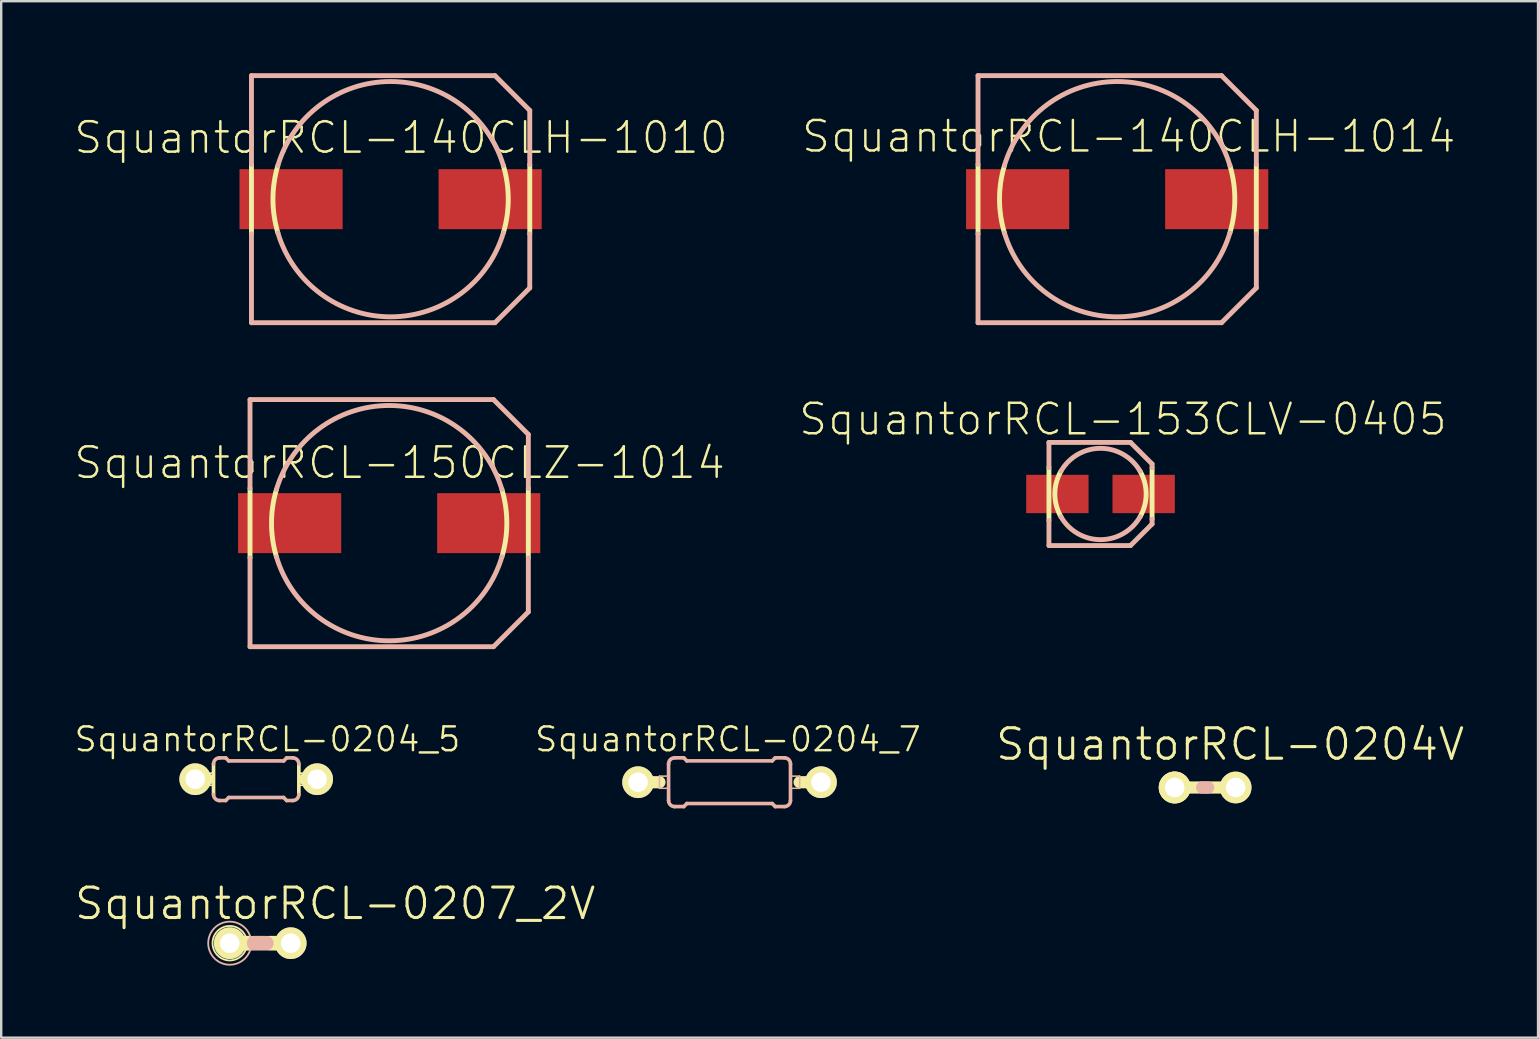
<source format=kicad_pcb>
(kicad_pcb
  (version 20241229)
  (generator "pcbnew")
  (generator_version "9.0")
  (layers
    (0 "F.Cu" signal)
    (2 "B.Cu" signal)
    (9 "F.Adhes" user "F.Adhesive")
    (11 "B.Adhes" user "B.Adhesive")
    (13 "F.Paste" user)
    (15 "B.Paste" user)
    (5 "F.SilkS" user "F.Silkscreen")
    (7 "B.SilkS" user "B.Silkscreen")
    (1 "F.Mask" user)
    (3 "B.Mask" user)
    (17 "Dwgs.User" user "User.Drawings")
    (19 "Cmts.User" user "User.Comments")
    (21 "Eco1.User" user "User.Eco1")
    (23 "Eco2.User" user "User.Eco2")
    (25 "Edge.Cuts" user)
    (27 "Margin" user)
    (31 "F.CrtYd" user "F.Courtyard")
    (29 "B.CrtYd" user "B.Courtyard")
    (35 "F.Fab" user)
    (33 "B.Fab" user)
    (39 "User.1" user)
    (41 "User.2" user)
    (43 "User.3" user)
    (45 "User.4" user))
  (footprint "SquantorRCL-140CLH-1010"
    (layer "F.Cu")
    (at 13.228 5.25)
    (property "Reference" "SquantorRCL-140CLH-1010" (at 0.434 -2.563 0) (layer "F.SilkS") (effects (font (size 1.27 1.27) (thickness 0.102))))
    (attr smd)
    (fp_line (start -5.799 1.448) (end -5.799 -1.448) (stroke (width 0.203) (type solid)) (layer "F.SilkS"))
    (fp_line (start 5.799 -1.448) (end 5.799 1.448) (stroke (width 0.203) (type solid)) (layer "F.SilkS"))
    (fp_arc (start -4.699 1.39954) (mid -4.902989 0.00304) (end -4.700732 -1.393712) (stroke (width 0.2032) (type solid)) (layer "F.SilkS"))
    (fp_arc (start 4.699 -1.39954) (mid 4.902989 -0.00304) (end 4.700732 1.393712) (stroke (width 0.2032) (type solid)) (layer "F.SilkS"))
    (fp_line (start -5.799 -5.149) (end 4.348 -5.149) (stroke (width 0.203) (type solid)) (layer "B.SilkS"))
    (fp_line (start -5.799 -1.448) (end -5.799 -5.149) (stroke (width 0.203) (type solid)) (layer "B.SilkS"))
    (fp_line (start -5.799 5.149) (end -5.799 1.448) (stroke (width 0.203) (type solid)) (layer "B.SilkS"))
    (fp_line (start 4.348 5.149) (end -5.799 5.149) (stroke (width 0.203) (type solid)) (layer "B.SilkS"))
    (fp_line (start 5.799 -3.698) (end 4.348 -5.149) (stroke (width 0.203) (type solid)) (layer "B.SilkS"))
    (fp_line (start 5.799 -3.698) (end 5.799 -1.448) (stroke (width 0.203) (type solid)) (layer "B.SilkS"))
    (fp_line (start 5.799 1.448) (end 5.799 3.698) (stroke (width 0.203) (type solid)) (layer "B.SilkS"))
    (fp_line (start 5.799 3.698) (end 4.348 5.149) (stroke (width 0.203) (type solid)) (layer "B.SilkS"))
    (fp_arc (start -4.699 -1.39954) (mid -0.001239 -4.90299) (end 4.698292 -1.401914) (stroke (width 0.2032) (type solid)) (layer "B.SilkS"))
    (fp_arc (start 4.699 1.39954) (mid 0.001239 4.90299) (end -4.698292 1.401914) (stroke (width 0.2032) (type solid)) (layer "B.SilkS"))
    (pad "+" smd rect (at 4.148 0) (size 4.298 2.499) (layers "F.Cu" "F.Mask" "F.Paste"))
    (pad "-" smd rect (at -4.148 0) (size 4.298 2.499) (layers "F.Cu" "F.Mask" "F.Paste")))
  (footprint "SquantorRCL-0207_2V"
    (layer "F.Cu")
    (at 7.795 36.256)
    (property "Reference" "SquantorRCL-0207_2V" (at 3.124 -1.651 0) (layer "F.SilkS") (effects (font (size 1.27 1.27) (thickness 0.127))))
    (attr exclude_from_pos_files exclude_from_bom)
    (fp_line (start -1.27 0) (end -0.381 0) (stroke (width 0.61) (type solid)) (layer "F.SilkS"))
    (fp_line (start 0.381 0) (end 1.27 0) (stroke (width 0.61) (type solid)) (layer "F.SilkS"))
    (fp_circle (center -1.27 0) (end -1.778 0.508) (stroke (width 0.076) (type solid)) (fill no) (layer "F.SilkS"))
    (fp_line (start -0.254 0) (end 0.254 0) (stroke (width 0.61) (type solid)) (layer "B.SilkS"))
    (fp_circle (center -1.27 0) (end -1.905 0.635) (stroke (width 0.076) (type solid)) (fill no) (layer "B.SilkS"))
    (pad "1" thru_hole circle (at -1.27 0) (size 1.321 1.321) (drill 0.813) (layers "*.Cu" "F.Mask" "F.SilkS" "F.Paste"))
    (pad "2" thru_hole circle (at 1.27 0) (size 1.321 1.321) (drill 0.813) (layers "*.Cu" "F.Mask" "F.SilkS" "F.Paste")))
  (footprint "SquantorRCL-0204_5"
    (layer "F.Cu")
    (at 7.626 29.422)
    (property "Reference" "SquantorRCL-0204_5" (at 0.47 -1.664 0) (layer "F.SilkS") (effects (font (size 0.991 0.991) (thickness 0.102))))
    (attr exclude_from_pos_files exclude_from_bom)
    (fp_line (start -2.54 0) (end -2.032 0) (stroke (width 0.508) (type solid)) (layer "F.SilkS"))
    (fp_line (start -2.032 -0.254) (end -1.778 -0.254) (stroke (width 0.066) (type solid)) (layer "F.SilkS"))
    (fp_line (start -2.032 0.254) (end -2.032 -0.254) (stroke (width 0.066) (type solid)) (layer "F.SilkS"))
    (fp_line (start -2.032 0.254) (end -1.778 0.254) (stroke (width 0.066) (type solid)) (layer "F.SilkS"))
    (fp_line (start -1.778 0.254) (end -1.778 -0.254) (stroke (width 0.066) (type solid)) (layer "F.SilkS"))
    (fp_line (start -1.778 0.635) (end -1.778 -0.635) (stroke (width 0.152) (type solid)) (layer "F.SilkS"))
    (fp_line (start 1.778 -0.254) (end 2.032 -0.254) (stroke (width 0.066) (type solid)) (layer "F.SilkS"))
    (fp_line (start 1.778 0.254) (end 1.778 -0.254) (stroke (width 0.066) (type solid)) (layer "F.SilkS"))
    (fp_line (start 1.778 0.254) (end 2.032 0.254) (stroke (width 0.066) (type solid)) (layer "F.SilkS"))
    (fp_line (start 1.778 0.635) (end 1.778 -0.635) (stroke (width 0.152) (type solid)) (layer "F.SilkS"))
    (fp_line (start 2.032 0.254) (end 2.032 -0.254) (stroke (width 0.066) (type solid)) (layer "F.SilkS"))
    (fp_line (start 2.54 0) (end 2.032 0) (stroke (width 0.508) (type solid)) (layer "F.SilkS"))
    (fp_line (start -1.524 -0.889) (end -1.27 -0.889) (stroke (width 0.152) (type solid)) (layer "B.SilkS"))
    (fp_line (start -1.524 0.889) (end -1.27 0.889) (stroke (width 0.152) (type solid)) (layer "B.SilkS"))
    (fp_line (start -1.143 -0.762) (end -1.27 -0.889) (stroke (width 0.152) (type solid)) (layer "B.SilkS"))
    (fp_line (start -1.143 0.762) (end -1.27 0.889) (stroke (width 0.152) (type solid)) (layer "B.SilkS"))
    (fp_line (start 1.143 -0.762) (end -1.143 -0.762) (stroke (width 0.152) (type solid)) (layer "B.SilkS"))
    (fp_line (start 1.143 -0.762) (end 1.27 -0.889) (stroke (width 0.152) (type solid)) (layer "B.SilkS"))
    (fp_line (start 1.143 0.762) (end -1.143 0.762) (stroke (width 0.152) (type solid)) (layer "B.SilkS"))
    (fp_line (start 1.143 0.762) (end 1.27 0.889) (stroke (width 0.152) (type solid)) (layer "B.SilkS"))
    (fp_line (start 1.524 -0.889) (end 1.27 -0.889) (stroke (width 0.152) (type solid)) (layer "B.SilkS"))
    (fp_line (start 1.524 0.889) (end 1.27 0.889) (stroke (width 0.152) (type solid)) (layer "B.SilkS"))
    (fp_arc (start -1.778 -0.635) (mid -1.703605 -0.814605) (end -1.524 -0.889) (stroke (width 0.1524) (type solid)) (layer "B.SilkS"))
    (fp_arc (start -1.524 0.889) (mid -1.703605 0.814605) (end -1.778 0.635) (stroke (width 0.1524) (type solid)) (layer "B.SilkS"))
    (fp_arc (start 1.524 -0.889) (mid 1.703605 -0.814605) (end 1.778 -0.635) (stroke (width 0.1524) (type solid)) (layer "B.SilkS"))
    (fp_arc (start 1.778 0.635) (mid 1.703605 0.814605) (end 1.524 0.889) (stroke (width 0.1524) (type solid)) (layer "B.SilkS"))
    (pad "1" thru_hole circle (at -2.54 0) (size 1.321 1.321) (drill 0.813) (layers "*.Cu" "F.Mask" "F.SilkS" "F.Paste"))
    (pad "2" thru_hole circle (at 2.54 0) (size 1.321 1.321) (drill 0.813) (layers "*.Cu" "F.Mask" "F.SilkS" "F.Paste")))
  (footprint "SquantorRCL-140CLH-1014"
    (layer "F.Cu")
    (at 43.506 5.25)
    (property "Reference" "SquantorRCL-140CLH-1014" (at 0.483 -2.614 0) (layer "F.SilkS") (effects (font (size 1.27 1.27) (thickness 0.102))))
    (attr smd)
    (fp_line (start -5.799 1.448) (end -5.799 -1.448) (stroke (width 0.203) (type solid)) (layer "F.SilkS"))
    (fp_line (start 5.799 -1.448) (end 5.799 1.448) (stroke (width 0.203) (type solid)) (layer "F.SilkS"))
    (fp_arc (start -4.699 1.39954) (mid -4.902989 0.00304) (end -4.700732 -1.393712) (stroke (width 0.2032) (type solid)) (layer "F.SilkS"))
    (fp_arc (start 4.699 -1.39954) (mid 4.902989 -0.00304) (end 4.700732 1.393712) (stroke (width 0.2032) (type solid)) (layer "F.SilkS"))
    (fp_line (start -5.799 -5.149) (end 4.348 -5.149) (stroke (width 0.203) (type solid)) (layer "B.SilkS"))
    (fp_line (start -5.799 -1.448) (end -5.799 -5.149) (stroke (width 0.203) (type solid)) (layer "B.SilkS"))
    (fp_line (start -5.799 5.149) (end -5.799 1.448) (stroke (width 0.203) (type solid)) (layer "B.SilkS"))
    (fp_line (start 4.348 5.149) (end -5.799 5.149) (stroke (width 0.203) (type solid)) (layer "B.SilkS"))
    (fp_line (start 5.799 -3.698) (end 4.348 -5.149) (stroke (width 0.203) (type solid)) (layer "B.SilkS"))
    (fp_line (start 5.799 -3.698) (end 5.799 -1.448) (stroke (width 0.203) (type solid)) (layer "B.SilkS"))
    (fp_line (start 5.799 1.448) (end 5.799 3.698) (stroke (width 0.203) (type solid)) (layer "B.SilkS"))
    (fp_line (start 5.799 3.698) (end 4.348 5.149) (stroke (width 0.203) (type solid)) (layer "B.SilkS"))
    (fp_arc (start -4.699 -1.39954) (mid -0.001239 -4.90299) (end 4.698292 -1.401914) (stroke (width 0.2032) (type solid)) (layer "B.SilkS"))
    (fp_arc (start 4.699 1.39954) (mid 0.001239 4.90299) (end -4.698292 1.401914) (stroke (width 0.2032) (type solid)) (layer "B.SilkS"))
    (pad "+" smd rect (at 4.148 0) (size 4.298 2.499) (layers "F.Cu" "F.Mask" "F.Paste"))
    (pad "-" smd rect (at -4.148 0) (size 4.298 2.499) (layers "F.Cu" "F.Mask" "F.Paste")))
  (footprint "SquantorRCL-150CLZ-1014"
    (layer "F.Cu")
    (at 13.168 18.751)
    (property "Reference" "SquantorRCL-150CLZ-1014" (at 0.434 -2.515 0) (layer "F.SilkS") (effects (font (size 1.27 1.27) (thickness 0.102))))
    (attr smd)
    (fp_line (start -5.799 1.448) (end -5.799 -1.448) (stroke (width 0.203) (type solid)) (layer "F.SilkS"))
    (fp_line (start 5.799 -1.448) (end 5.799 1.448) (stroke (width 0.203) (type solid)) (layer "F.SilkS"))
    (fp_arc (start -4.699 1.39954) (mid -4.902989 0.00304) (end -4.700732 -1.393712) (stroke (width 0.2032) (type solid)) (layer "F.SilkS"))
    (fp_arc (start 4.699 -1.39954) (mid 4.902989 -0.00304) (end 4.700732 1.393712) (stroke (width 0.2032) (type solid)) (layer "F.SilkS"))
    (fp_line (start -5.799 -5.149) (end 4.348 -5.149) (stroke (width 0.203) (type solid)) (layer "B.SilkS"))
    (fp_line (start -5.799 -1.448) (end -5.799 -5.149) (stroke (width 0.203) (type solid)) (layer "B.SilkS"))
    (fp_line (start -5.799 5.149) (end -5.799 1.448) (stroke (width 0.203) (type solid)) (layer "B.SilkS"))
    (fp_line (start 4.348 5.149) (end -5.799 5.149) (stroke (width 0.203) (type solid)) (layer "B.SilkS"))
    (fp_line (start 5.799 -3.698) (end 4.348 -5.149) (stroke (width 0.203) (type solid)) (layer "B.SilkS"))
    (fp_line (start 5.799 -3.698) (end 5.799 -1.448) (stroke (width 0.203) (type solid)) (layer "B.SilkS"))
    (fp_line (start 5.799 1.448) (end 5.799 3.698) (stroke (width 0.203) (type solid)) (layer "B.SilkS"))
    (fp_line (start 5.799 3.698) (end 4.348 5.149) (stroke (width 0.203) (type solid)) (layer "B.SilkS"))
    (fp_arc (start -4.699 -1.39954) (mid -0.001239 -4.90299) (end 4.698292 -1.401914) (stroke (width 0.2032) (type solid)) (layer "B.SilkS"))
    (fp_arc (start 4.699 1.39954) (mid 0.001239 4.90299) (end -4.698292 1.401914) (stroke (width 0.2032) (type solid)) (layer "B.SilkS"))
    (pad "+" smd rect (at 4.148 0) (size 4.298 2.499) (layers "F.Cu" "F.Mask" "F.Paste"))
    (pad "-" smd rect (at -4.148 0) (size 4.298 2.499) (layers "F.Cu" "F.Mask" "F.Paste")))
  (footprint "SquantorRCL-0204_7"
    (layer "F.Cu")
    (at 27.352 29.547)
    (property "Reference" "SquantorRCL-0204_7" (at -0.064 -1.788 0) (layer "F.SilkS") (effects (font (size 0.991 0.991) (thickness 0.102))))
    (attr exclude_from_pos_files exclude_from_bom)
    (fp_line (start -3.81 0) (end -2.921 0) (stroke (width 0.508) (type solid)) (layer "F.SilkS"))
    (fp_line (start 3.81 0) (end 2.921 0) (stroke (width 0.508) (type solid)) (layer "F.SilkS"))
    (fp_line (start -2.921 -0.254) (end -2.54 -0.254) (stroke (width 0.066) (type solid)) (layer "B.SilkS"))
    (fp_line (start -2.921 0.254) (end -2.921 -0.254) (stroke (width 0.066) (type solid)) (layer "B.SilkS"))
    (fp_line (start -2.921 0.254) (end -2.54 0.254) (stroke (width 0.066) (type solid)) (layer "B.SilkS"))
    (fp_line (start -2.54 0.254) (end -2.54 -0.254) (stroke (width 0.066) (type solid)) (layer "B.SilkS"))
    (fp_line (start -2.54 0.762) (end -2.54 -0.762) (stroke (width 0.152) (type solid)) (layer "B.SilkS"))
    (fp_line (start -2.286 -1.016) (end -1.905 -1.016) (stroke (width 0.152) (type solid)) (layer "B.SilkS"))
    (fp_line (start -2.286 1.016) (end -1.905 1.016) (stroke (width 0.152) (type solid)) (layer "B.SilkS"))
    (fp_line (start -1.778 -0.889) (end -1.905 -1.016) (stroke (width 0.152) (type solid)) (layer "B.SilkS"))
    (fp_line (start -1.778 0.889) (end -1.905 1.016) (stroke (width 0.152) (type solid)) (layer "B.SilkS"))
    (fp_line (start 1.778 -0.889) (end -1.778 -0.889) (stroke (width 0.152) (type solid)) (layer "B.SilkS"))
    (fp_line (start 1.778 -0.889) (end 1.905 -1.016) (stroke (width 0.152) (type solid)) (layer "B.SilkS"))
    (fp_line (start 1.778 0.889) (end -1.778 0.889) (stroke (width 0.152) (type solid)) (layer "B.SilkS"))
    (fp_line (start 1.778 0.889) (end 1.905 1.016) (stroke (width 0.152) (type solid)) (layer "B.SilkS"))
    (fp_line (start 2.286 -1.016) (end 1.905 -1.016) (stroke (width 0.152) (type solid)) (layer "B.SilkS"))
    (fp_line (start 2.286 1.016) (end 1.905 1.016) (stroke (width 0.152) (type solid)) (layer "B.SilkS"))
    (fp_line (start 2.54 -0.254) (end 2.921 -0.254) (stroke (width 0.066) (type solid)) (layer "B.SilkS"))
    (fp_line (start 2.54 0.254) (end 2.54 -0.254) (stroke (width 0.066) (type solid)) (layer "B.SilkS"))
    (fp_line (start 2.54 0.254) (end 2.921 0.254) (stroke (width 0.066) (type solid)) (layer "B.SilkS"))
    (fp_line (start 2.54 0.762) (end 2.54 -0.762) (stroke (width 0.152) (type solid)) (layer "B.SilkS"))
    (fp_line (start 2.921 0.254) (end 2.921 -0.254) (stroke (width 0.066) (type solid)) (layer "B.SilkS"))
    (fp_arc (start -2.54 -0.762) (mid -2.465605 -0.941605) (end -2.286 -1.016) (stroke (width 0.1524) (type solid)) (layer "B.SilkS"))
    (fp_arc (start -2.286 1.016) (mid -2.465605 0.941605) (end -2.54 0.762) (stroke (width 0.1524) (type solid)) (layer "B.SilkS"))
    (fp_arc (start 2.286 -1.016) (mid 2.465605 -0.941605) (end 2.54 -0.762) (stroke (width 0.1524) (type solid)) (layer "B.SilkS"))
    (fp_arc (start 2.54 0.762) (mid 2.465605 0.941605) (end 2.286 1.016) (stroke (width 0.1524) (type solid)) (layer "B.SilkS"))
    (pad "1" thru_hole circle (at -3.81 0) (size 1.321 1.321) (drill 0.813) (layers "*.Cu" "F.Mask" "F.SilkS" "F.Paste"))
    (pad "2" thru_hole circle (at 3.81 0) (size 1.321 1.321) (drill 0.813) (layers "*.Cu" "F.Mask" "F.SilkS" "F.Paste")))
  (footprint "SquantorRCL-153CLV-0405"
    (layer "F.Cu")
    (at 42.812 17.536)
    (property "Reference" "SquantorRCL-153CLV-0405" (at 0.935 -3.114 0) (layer "F.SilkS") (effects (font (size 1.27 1.27) (thickness 0.102))))
    (attr smd)
    (fp_line (start -2.149 1.1) (end -2.149 -1.1) (stroke (width 0.203) (type solid)) (layer "F.SilkS"))
    (fp_line (start 2.149 -1.1) (end 2.149 1.049) (stroke (width 0.203) (type solid)) (layer "F.SilkS"))
    (fp_arc (start -1.64846 0.94996) (mid -1.902588 0.00178) (end -1.650235 -0.946874) (stroke (width 0.2032) (type solid)) (layer "F.SilkS"))
    (fp_arc (start 1.64846 -0.94996) (mid 1.902588 -0.00178) (end 1.650235 0.946874) (stroke (width 0.2032) (type solid)) (layer "F.SilkS"))
    (fp_line (start -2.149 -2.149) (end 1.25 -2.149) (stroke (width 0.203) (type solid)) (layer "B.SilkS"))
    (fp_line (start -2.149 -1.1) (end -2.149 -2.149) (stroke (width 0.203) (type solid)) (layer "B.SilkS"))
    (fp_line (start -2.149 2.149) (end -2.149 1.1) (stroke (width 0.203) (type solid)) (layer "B.SilkS"))
    (fp_line (start 1.25 -2.149) (end 2.149 -1.25) (stroke (width 0.203) (type solid)) (layer "B.SilkS"))
    (fp_line (start 1.25 2.149) (end -2.149 2.149) (stroke (width 0.203) (type solid)) (layer "B.SilkS"))
    (fp_line (start 2.149 -1.25) (end 2.149 -1.1) (stroke (width 0.203) (type solid)) (layer "B.SilkS"))
    (fp_line (start 2.149 1.049) (end 2.149 1.25) (stroke (width 0.203) (type solid)) (layer "B.SilkS"))
    (fp_line (start 2.149 1.25) (end 1.25 2.149) (stroke (width 0.203) (type solid)) (layer "B.SilkS"))
    (fp_arc (start -1.64846 -0.94996) (mid 0.00012 -1.902589) (end 1.64858 -0.949752) (stroke (width 0.2032) (type solid)) (layer "B.SilkS"))
    (fp_arc (start 1.64846 0.94996) (mid -0.00012 1.902589) (end -1.64858 0.949752) (stroke (width 0.2032) (type solid)) (layer "B.SilkS"))
    (pad "+" smd rect (at 1.798 0) (size 2.598 1.598) (layers "F.Cu" "F.Mask" "F.Paste"))
    (pad "-" smd rect (at -1.798 0) (size 2.598 1.598) (layers "F.Cu" "F.Mask" "F.Paste")))
  (footprint "SquantorRCL-0204V"
    (layer "F.Cu")
    (at 47.173 29.767)
    (property "Reference" "SquantorRCL-0204V" (at 1.041 -1.801 0) (layer "F.SilkS") (effects (font (size 1.27 1.27) (thickness 0.127))))
    (attr exclude_from_pos_files exclude_from_bom)
    (fp_line (start -1.27 0) (end 1.27 0) (stroke (width 0.508) (type solid)) (layer "F.SilkS"))
    (fp_circle (center -1.27 0) (end -1.714 0.445) (stroke (width 0.076) (type solid)) (fill no) (layer "F.SilkS"))
    (fp_circle (center -1.27 0) (end -1.587 0.318) (stroke (width 0.025) (type solid)) (fill no) (layer "F.SilkS"))
    (fp_line (start -0.127 0) (end 0.127 0) (stroke (width 0.508) (type solid)) (layer "B.SilkS"))
    (pad "1" thru_hole circle (at -1.27 0) (size 1.321 1.321) (drill 0.813) (layers "*.Cu" "F.Mask" "F.SilkS" "F.Paste"))
    (pad "2" thru_hole circle (at 1.27 0) (size 1.321 1.321) (drill 0.813) (layers "*.Cu" "F.Mask" "F.SilkS" "F.Paste")))
  (gr_rect
    (start -3 -3)
    (end 61.045 40.192)
    (stroke (width 0.1) (type default))
    (fill no)
    (layer "Edge.Cuts")))
</source>
